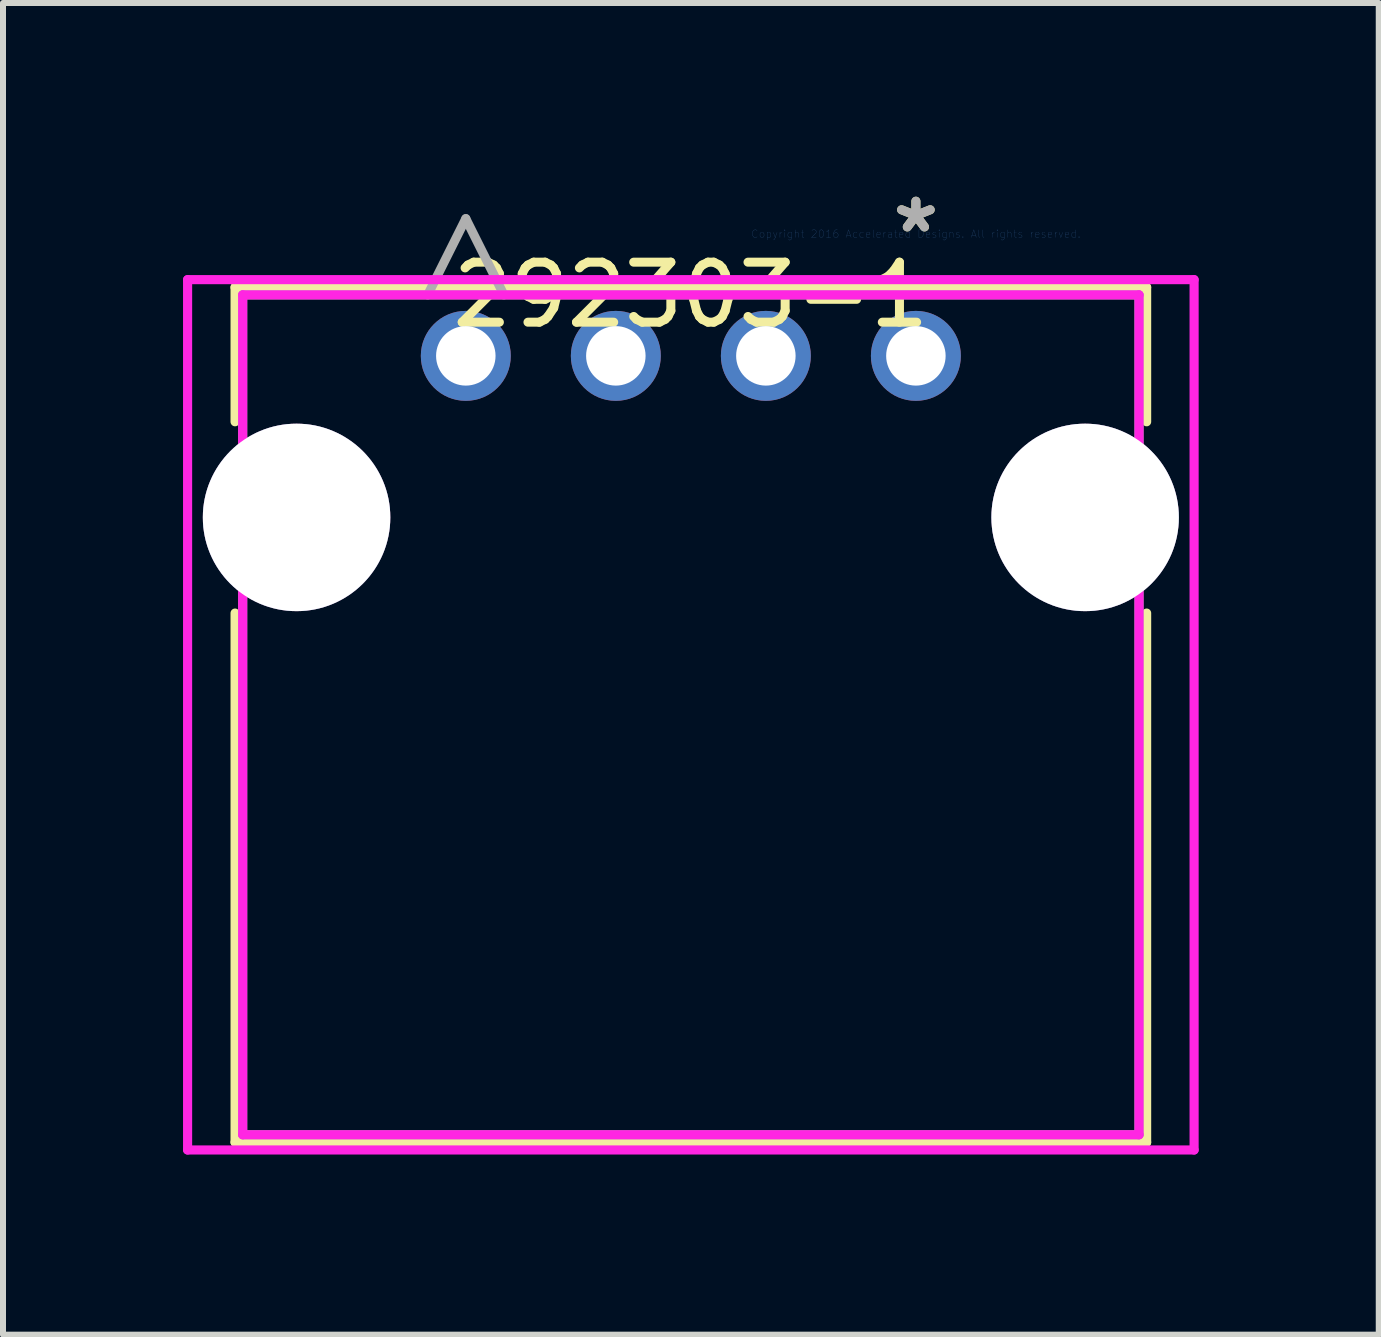
<source format=kicad_pcb>
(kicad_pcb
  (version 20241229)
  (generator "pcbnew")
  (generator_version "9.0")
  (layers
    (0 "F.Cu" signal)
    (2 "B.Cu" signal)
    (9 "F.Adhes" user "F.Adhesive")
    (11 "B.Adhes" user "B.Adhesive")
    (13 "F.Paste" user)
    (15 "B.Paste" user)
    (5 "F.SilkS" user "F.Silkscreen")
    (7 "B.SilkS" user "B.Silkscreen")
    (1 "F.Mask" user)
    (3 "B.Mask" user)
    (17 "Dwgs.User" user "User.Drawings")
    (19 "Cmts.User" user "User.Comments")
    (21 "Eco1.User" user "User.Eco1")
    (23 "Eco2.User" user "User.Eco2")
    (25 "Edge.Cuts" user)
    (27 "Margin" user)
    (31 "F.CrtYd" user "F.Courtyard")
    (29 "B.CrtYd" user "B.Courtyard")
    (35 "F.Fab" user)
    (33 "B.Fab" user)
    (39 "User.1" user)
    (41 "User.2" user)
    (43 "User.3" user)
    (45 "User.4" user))
  (footprint "292303-1"
    (layer "F.Cu")
    (at 12.212 0.848)
    (property "Reference" "292303-1" (at -3.75 1.016 0) (layer "F.SilkS") (effects (font (size 1 1) (thickness 0.15))))
    (attr through_hole)
    (fp_line (start -11.345 0.889) (end -11.345 3.13) (stroke (width 0.152) (type solid)) (layer "F.SilkS"))
    (fp_line (start -11.345 6.318) (end -11.345 15.138) (stroke (width 0.152) (type solid)) (layer "F.SilkS"))
    (fp_line (start -11.345 15.138) (end 3.845 15.138) (stroke (width 0.152) (type solid)) (layer "F.SilkS"))
    (fp_line (start 3.845 0.889) (end -11.345 0.889) (stroke (width 0.152) (type solid)) (layer "F.SilkS"))
    (fp_line (start 3.845 3.13) (end 3.845 0.889) (stroke (width 0.152) (type solid)) (layer "F.SilkS"))
    (fp_line (start 3.845 15.138) (end 3.845 6.318) (stroke (width 0.152) (type solid)) (layer "F.SilkS"))
    (fp_line (start -12.136 0.762) (end 4.636 0.762) (stroke (width 0.152) (type solid)) (layer "F.CrtYd"))
    (fp_line (start -12.136 15.265) (end -12.136 0.762) (stroke (width 0.152) (type solid)) (layer "F.CrtYd"))
    (fp_line (start -11.218 1.016) (end 3.718 1.016) (stroke (width 0.152) (type solid)) (layer "F.CrtYd"))
    (fp_line (start -11.218 15.011) (end -11.218 1.016) (stroke (width 0.152) (type solid)) (layer "F.CrtYd"))
    (fp_line (start 3.718 1.016) (end 3.718 15.011) (stroke (width 0.152) (type solid)) (layer "F.CrtYd"))
    (fp_line (start 3.718 15.011) (end -11.218 15.011) (stroke (width 0.152) (type solid)) (layer "F.CrtYd"))
    (fp_line (start 4.636 0.762) (end 4.636 15.265) (stroke (width 0.152) (type solid)) (layer "F.CrtYd"))
    (fp_line (start 4.636 15.265) (end -12.136 15.265) (stroke (width 0.152) (type solid)) (layer "F.CrtYd"))
    (fp_line (start -11.218 1.016) (end -11.218 15.011) (stroke (width 0.152) (type solid)) (layer "F.Fab"))
    (fp_line (start -11.218 15.011) (end 3.718 15.011) (stroke (width 0.152) (type solid)) (layer "F.Fab"))
    (fp_line (start -8.135 1.016) (end -7.5 -0.254) (stroke (width 0.152) (type solid)) (layer "F.Fab"))
    (fp_line (start -6.865 1.016) (end -7.5 -0.254) (stroke (width 0.152) (type solid)) (layer "F.Fab"))
    (fp_line (start 3.718 1.016) (end -11.218 1.016) (stroke (width 0.152) (type solid)) (layer "F.Fab"))
    (fp_line (start 3.718 15.011) (end 3.718 1.016) (stroke (width 0.152) (type solid)) (layer "F.Fab"))
    (fp_text user "*" (at 0 0 0) (layer "F.SilkS") (effects (font (size 1 1) (thickness 0.15))))
    (fp_text user "Copyright 2016 Accelerated Designs. All rights reserved." (at 0 0 0) (layer "Cmts.User") (effects (font (size 0.127 0.127) (thickness 0.002))))
    (fp_text user "*" (at 0 0 0) (layer "F.Fab") (effects (font (size 1 1) (thickness 0.15))))
    (pad "1" thru_hole circle (at -7.5 2.032) (size 1.499 1.499) (drill 0.991) (layers "*.Cu" "*.Mask"))
    (pad "2" thru_hole circle (at -5 2.032) (size 1.499 1.499) (drill 0.991) (layers "*.Cu" "*.Mask"))
    (pad "3" thru_hole circle (at -2.5 2.032) (size 1.499 1.499) (drill 0.991) (layers "*.Cu" "*.Mask"))
    (pad "4" thru_hole circle (at 0 2.032) (size 1.499 1.499) (drill 0.991) (layers "*.Cu" "*.Mask"))
    (pad "6" thru_hole circle (at -10.32 4.724 90) (size 3.124 3.124) (drill 3.124) (layers "*.Cu" "*.Mask"))
    (pad "7" thru_hole circle (at 2.82 4.724 90) (size 3.124 3.124) (drill 3.124) (layers "*.Cu" "*.Mask")))
  (gr_rect
    (start -3 -3)
    (end 19.925 19.19)
    (stroke (width 0.1) (type default))
    (fill no)
    (layer "Edge.Cuts")))
</source>
